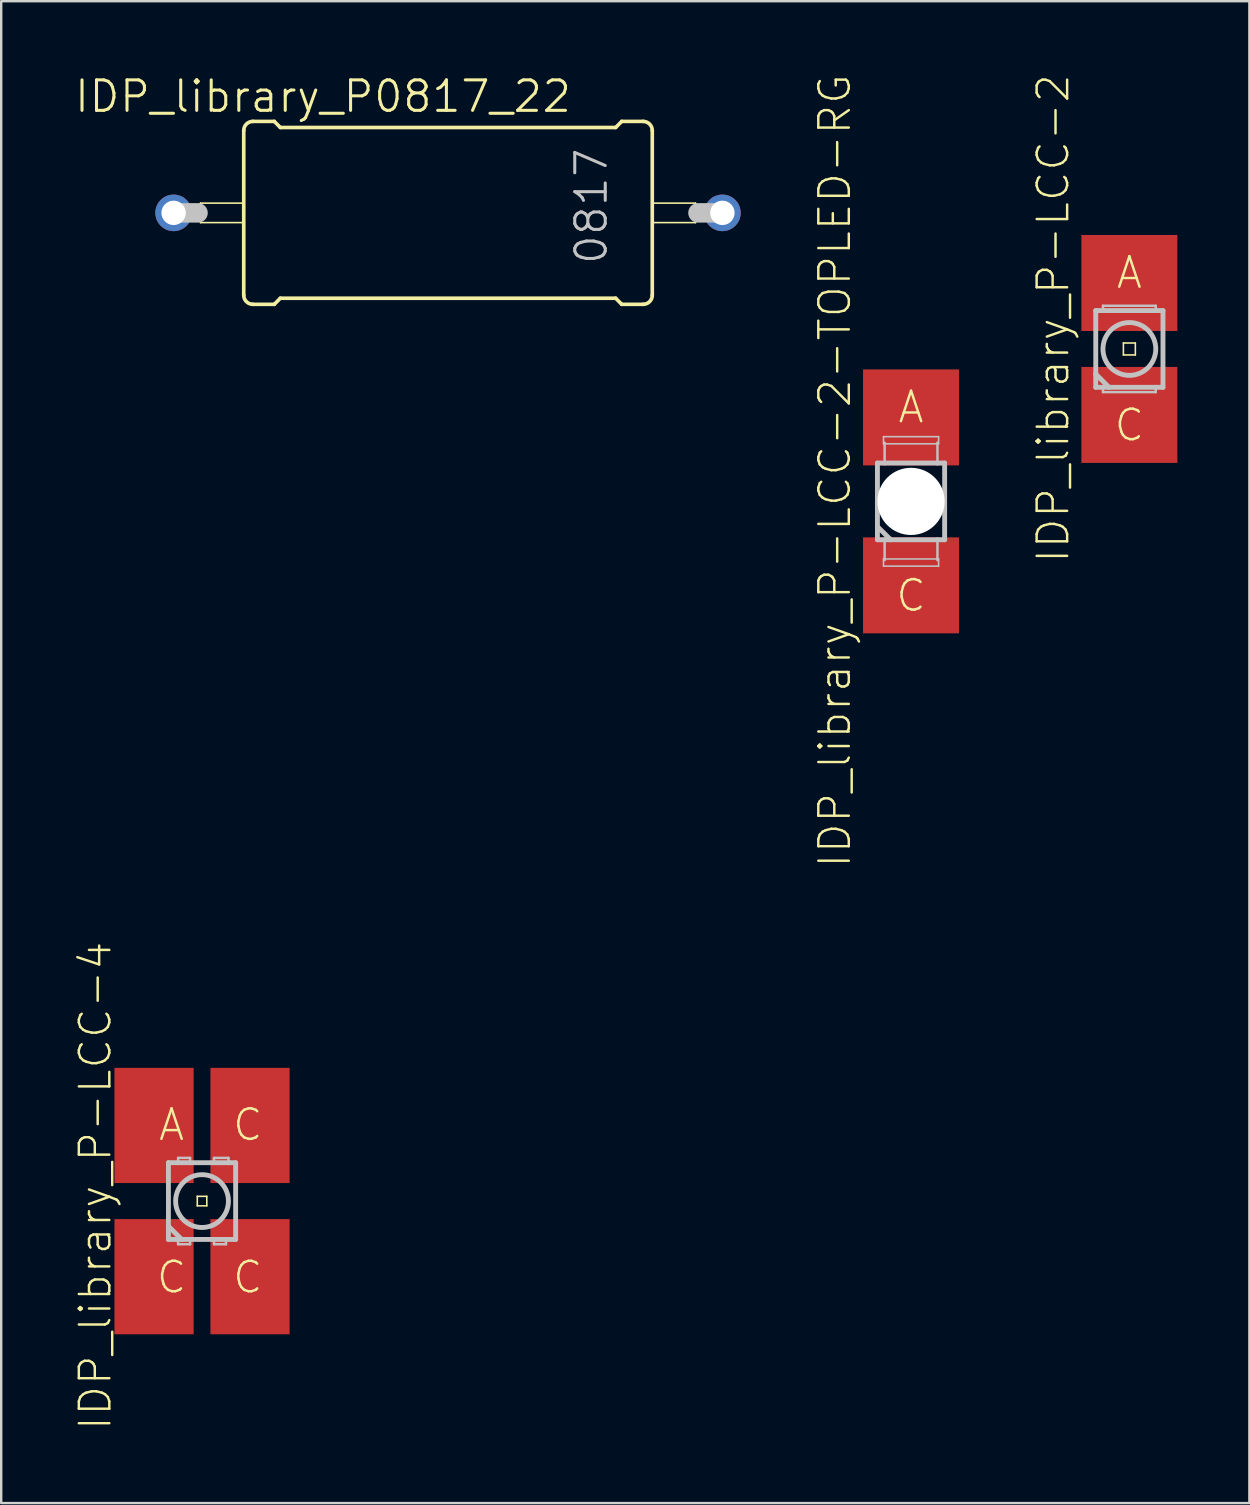
<source format=kicad_pcb>
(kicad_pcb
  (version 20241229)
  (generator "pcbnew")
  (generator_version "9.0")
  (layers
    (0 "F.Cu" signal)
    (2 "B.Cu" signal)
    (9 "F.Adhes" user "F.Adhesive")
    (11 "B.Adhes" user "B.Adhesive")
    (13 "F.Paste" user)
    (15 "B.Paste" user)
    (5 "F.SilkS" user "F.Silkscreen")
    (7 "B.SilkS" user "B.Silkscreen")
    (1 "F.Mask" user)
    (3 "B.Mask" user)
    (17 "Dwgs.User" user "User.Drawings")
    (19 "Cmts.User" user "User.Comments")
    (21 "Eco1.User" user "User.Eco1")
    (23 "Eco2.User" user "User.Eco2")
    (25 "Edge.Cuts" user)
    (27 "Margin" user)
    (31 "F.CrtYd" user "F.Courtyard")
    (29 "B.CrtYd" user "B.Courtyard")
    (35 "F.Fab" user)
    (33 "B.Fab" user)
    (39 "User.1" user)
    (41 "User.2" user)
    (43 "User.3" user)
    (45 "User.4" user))
  (footprint "IDP_library_P-LCC-2"
    (layer "F.Cu")
    (at 43.995 11.486)
    (property "Reference" "IDP_library_P-LCC-2" (at -3.175 -1.27 90) (layer "F.SilkS") (effects (font (size 1.27 1.27) (thickness 0.102))))
    (attr smd)
    (fp_line (start -1.4 -2.349) (end 1.4 -2.349) (stroke (width 0.066) (type solid)) (layer "F.Mask"))
    (fp_line (start -1.4 -0.648) (end -1.4 -2.349) (stroke (width 0.066) (type solid)) (layer "F.Mask"))
    (fp_line (start -1.4 -0.648) (end 1.4 -0.648) (stroke (width 0.066) (type solid)) (layer "F.Mask"))
    (fp_line (start -1.4 0.648) (end 1.4 0.648) (stroke (width 0.066) (type solid)) (layer "F.Mask"))
    (fp_line (start -1.4 2.349) (end -1.4 0.648) (stroke (width 0.066) (type solid)) (layer "F.Mask"))
    (fp_line (start -1.4 2.349) (end 1.4 2.349) (stroke (width 0.066) (type solid)) (layer "F.Mask"))
    (fp_line (start 1.4 -0.648) (end 1.4 -2.349) (stroke (width 0.066) (type solid)) (layer "F.Mask"))
    (fp_line (start 1.4 2.349) (end 1.4 0.648) (stroke (width 0.066) (type solid)) (layer "F.Mask"))
    (fp_line (start -0.249 -0.249) (end 0.249 -0.249) (stroke (width 0.066) (type solid)) (layer "F.SilkS"))
    (fp_line (start -0.249 0.249) (end -0.249 -0.249) (stroke (width 0.066) (type solid)) (layer "F.SilkS"))
    (fp_line (start -0.249 0.249) (end 0.249 0.249) (stroke (width 0.066) (type solid)) (layer "F.SilkS"))
    (fp_line (start 0.249 0.249) (end 0.249 -0.249) (stroke (width 0.066) (type solid)) (layer "F.SilkS"))
    (fp_line (start -1.298 -2.248) (end 1.298 -2.248) (stroke (width 0.066) (type solid)) (layer "F.Paste"))
    (fp_line (start -1.298 -0.749) (end -1.298 -2.248) (stroke (width 0.066) (type solid)) (layer "F.Paste"))
    (fp_line (start -1.298 -0.749) (end 1.298 -0.749) (stroke (width 0.066) (type solid)) (layer "F.Paste"))
    (fp_line (start -1.298 0.749) (end 1.298 0.749) (stroke (width 0.066) (type solid)) (layer "F.Paste"))
    (fp_line (start -1.298 2.248) (end -1.298 0.749) (stroke (width 0.066) (type solid)) (layer "F.Paste"))
    (fp_line (start -1.298 2.248) (end 1.298 2.248) (stroke (width 0.066) (type solid)) (layer "F.Paste"))
    (fp_line (start 1.298 -0.749) (end 1.298 -2.248) (stroke (width 0.066) (type solid)) (layer "F.Paste"))
    (fp_line (start 1.298 2.248) (end 1.298 0.749) (stroke (width 0.066) (type solid)) (layer "F.Paste"))
    (fp_line (start -1.4 -1.598) (end -1.4 1.049) (stroke (width 0.203) (type solid)) (layer "Dwgs.User"))
    (fp_line (start -1.4 1.049) (end -1.4 1.598) (stroke (width 0.203) (type solid)) (layer "Dwgs.User"))
    (fp_line (start -1.4 1.598) (end -1.1 1.598) (stroke (width 0.203) (type solid)) (layer "Dwgs.User"))
    (fp_line (start -1.1 -1.798) (end 1.1 -1.798) (stroke (width 0.102) (type solid)) (layer "Dwgs.User"))
    (fp_line (start -1.1 -1.598) (end -1.4 -1.598) (stroke (width 0.203) (type solid)) (layer "Dwgs.User"))
    (fp_line (start -1.1 -1.598) (end -1.1 -1.798) (stroke (width 0.102) (type solid)) (layer "Dwgs.User"))
    (fp_line (start -1.1 1.598) (end -1.1 1.798) (stroke (width 0.102) (type solid)) (layer "Dwgs.User"))
    (fp_line (start -1.1 1.598) (end -0.848 1.598) (stroke (width 0.203) (type solid)) (layer "Dwgs.User"))
    (fp_line (start -1.1 1.798) (end 1.1 1.798) (stroke (width 0.102) (type solid)) (layer "Dwgs.User"))
    (fp_line (start -0.848 1.598) (end -1.4 1.049) (stroke (width 0.203) (type solid)) (layer "Dwgs.User"))
    (fp_line (start -0.848 1.598) (end 1.1 1.598) (stroke (width 0.203) (type solid)) (layer "Dwgs.User"))
    (fp_line (start 1.1 -1.798) (end 1.1 -1.598) (stroke (width 0.102) (type solid)) (layer "Dwgs.User"))
    (fp_line (start 1.1 -1.598) (end -1.1 -1.598) (stroke (width 0.203) (type solid)) (layer "Dwgs.User"))
    (fp_line (start 1.1 1.598) (end 1.4 1.598) (stroke (width 0.203) (type solid)) (layer "Dwgs.User"))
    (fp_line (start 1.1 1.798) (end 1.1 1.598) (stroke (width 0.102) (type solid)) (layer "Dwgs.User"))
    (fp_line (start 1.4 -1.598) (end 1.1 -1.598) (stroke (width 0.203) (type solid)) (layer "Dwgs.User"))
    (fp_line (start 1.4 1.598) (end 1.4 -1.598) (stroke (width 0.203) (type solid)) (layer "Dwgs.User"))
    (fp_circle (center 0 0) (end 0 -1.1) (stroke (width 0.203) (type solid)) (fill no) (layer "Dwgs.User"))
    (fp_text user "A" (at 0 -3.175 0) (layer "F.SilkS") (effects (font (size 1.27 1.27) (thickness 0.102))))
    (fp_text user "C" (at 0 3.175 0) (layer "F.SilkS") (effects (font (size 1.27 1.27) (thickness 0.102))))
    (pad "A" smd rect (at 0 -2.748) (size 3.998 3.998) (layers "F.Cu" "F.Mask" "F.Paste"))
    (pad "C" smd rect (at 0 2.748) (size 3.998 3.998) (layers "F.Cu" "F.Mask" "F.Paste")))
  (footprint "IDP_library_P-LCC-2-TOPLED-RG"
    (layer "F.Cu")
    (at 34.9 17.836)
    (property "Reference" "IDP_library_P-LCC-2-TOPLED-RG" (at -3.175 -1.27 90) (layer "F.SilkS") (effects (font (size 1.27 1.27) (thickness 0.102))))
    (attr smd)
    (fp_line (start -1.499 -3.198) (end 1.499 -3.198) (stroke (width 0.066) (type solid)) (layer "F.Mask"))
    (fp_line (start -1.499 -1.499) (end -1.499 -3.198) (stroke (width 0.066) (type solid)) (layer "F.Mask"))
    (fp_line (start -1.499 -1.499) (end 1.499 -1.499) (stroke (width 0.066) (type solid)) (layer "F.Mask"))
    (fp_line (start -1.499 1.499) (end 1.499 1.499) (stroke (width 0.066) (type solid)) (layer "F.Mask"))
    (fp_line (start -1.499 3.198) (end -1.499 1.499) (stroke (width 0.066) (type solid)) (layer "F.Mask"))
    (fp_line (start -1.499 3.198) (end 1.499 3.198) (stroke (width 0.066) (type solid)) (layer "F.Mask"))
    (fp_line (start 1.499 -1.499) (end 1.499 -3.198) (stroke (width 0.066) (type solid)) (layer "F.Mask"))
    (fp_line (start 1.499 3.198) (end 1.499 1.499) (stroke (width 0.066) (type solid)) (layer "F.Mask"))
    (fp_line (start -0.249 -0.249) (end 0.249 -0.249) (stroke (width 0.066) (type solid)) (layer "F.SilkS"))
    (fp_line (start -0.249 0.249) (end -0.249 -0.249) (stroke (width 0.066) (type solid)) (layer "F.SilkS"))
    (fp_line (start -0.249 0.249) (end 0.249 0.249) (stroke (width 0.066) (type solid)) (layer "F.SilkS"))
    (fp_line (start 0.249 0.249) (end 0.249 -0.249) (stroke (width 0.066) (type solid)) (layer "F.SilkS"))
    (fp_circle (center 0 0) (end 0 -1.1) (stroke (width 0.203) (type solid)) (fill no) (layer "F.SilkS"))
    (fp_line (start -1.298 -3) (end 1.298 -3) (stroke (width 0.066) (type solid)) (layer "F.Paste"))
    (fp_line (start -1.298 -1.499) (end -1.298 -3) (stroke (width 0.066) (type solid)) (layer "F.Paste"))
    (fp_line (start -1.298 -1.499) (end 1.298 -1.499) (stroke (width 0.066) (type solid)) (layer "F.Paste"))
    (fp_line (start -1.298 1.499) (end 1.298 1.499) (stroke (width 0.066) (type solid)) (layer "F.Paste"))
    (fp_line (start -1.298 3) (end -1.298 1.499) (stroke (width 0.066) (type solid)) (layer "F.Paste"))
    (fp_line (start -1.298 3) (end 1.298 3) (stroke (width 0.066) (type solid)) (layer "F.Paste"))
    (fp_line (start 1.298 -1.499) (end 1.298 -3) (stroke (width 0.066) (type solid)) (layer "F.Paste"))
    (fp_line (start 1.298 3) (end 1.298 1.499) (stroke (width 0.066) (type solid)) (layer "F.Paste"))
    (fp_line (start -1.4 -1.598) (end -1.4 1.049) (stroke (width 0.203) (type solid)) (layer "Dwgs.User"))
    (fp_line (start -1.4 1.049) (end -1.4 1.598) (stroke (width 0.203) (type solid)) (layer "Dwgs.User"))
    (fp_line (start -1.4 1.598) (end -1.1 1.598) (stroke (width 0.203) (type solid)) (layer "Dwgs.User"))
    (fp_line (start -1.148 -2.697) (end 1.148 -2.697) (stroke (width 0.066) (type solid)) (layer "Dwgs.User"))
    (fp_line (start -1.148 -2.398) (end -1.148 -2.697) (stroke (width 0.066) (type solid)) (layer "Dwgs.User"))
    (fp_line (start -1.148 -2.398) (end 1.148 -2.398) (stroke (width 0.066) (type solid)) (layer "Dwgs.User"))
    (fp_line (start -1.148 2.398) (end 1.148 2.398) (stroke (width 0.066) (type solid)) (layer "Dwgs.User"))
    (fp_line (start -1.148 2.697) (end -1.148 2.398) (stroke (width 0.066) (type solid)) (layer "Dwgs.User"))
    (fp_line (start -1.148 2.697) (end 1.148 2.697) (stroke (width 0.066) (type solid)) (layer "Dwgs.User"))
    (fp_line (start -1.1 -1.598) (end -1.4 -1.598) (stroke (width 0.203) (type solid)) (layer "Dwgs.User"))
    (fp_line (start -1.1 -1.598) (end -1.1 -2.449) (stroke (width 0.102) (type solid)) (layer "Dwgs.User"))
    (fp_line (start -1.1 1.598) (end -1.1 2.449) (stroke (width 0.102) (type solid)) (layer "Dwgs.User"))
    (fp_line (start -1.1 1.598) (end -0.848 1.598) (stroke (width 0.203) (type solid)) (layer "Dwgs.User"))
    (fp_line (start -0.848 1.598) (end -1.4 1.049) (stroke (width 0.203) (type solid)) (layer "Dwgs.User"))
    (fp_line (start -0.848 1.598) (end 1.1 1.598) (stroke (width 0.203) (type solid)) (layer "Dwgs.User"))
    (fp_line (start 1.1 -2.449) (end 1.1 -1.598) (stroke (width 0.102) (type solid)) (layer "Dwgs.User"))
    (fp_line (start 1.1 -1.598) (end -1.1 -1.598) (stroke (width 0.203) (type solid)) (layer "Dwgs.User"))
    (fp_line (start 1.1 1.598) (end 1.4 1.598) (stroke (width 0.203) (type solid)) (layer "Dwgs.User"))
    (fp_line (start 1.1 2.449) (end 1.1 1.598) (stroke (width 0.102) (type solid)) (layer "Dwgs.User"))
    (fp_line (start 1.148 -2.398) (end 1.148 -2.697) (stroke (width 0.066) (type solid)) (layer "Dwgs.User"))
    (fp_line (start 1.148 2.697) (end 1.148 2.398) (stroke (width 0.066) (type solid)) (layer "Dwgs.User"))
    (fp_line (start 1.4 -1.598) (end 1.1 -1.598) (stroke (width 0.203) (type solid)) (layer "Dwgs.User"))
    (fp_line (start 1.4 1.598) (end 1.4 -1.598) (stroke (width 0.203) (type solid)) (layer "Dwgs.User"))
    (fp_text user "C" (at 0 3.924 0) (layer "F.SilkS") (effects (font (size 1.27 1.27) (thickness 0.102))))
    (fp_text user "A" (at 0 -3.924 0) (layer "F.SilkS") (effects (font (size 1.27 1.27) (thickness 0.102))))
    (pad "" np_thru_hole circle (at 0 0) (size 2.799 2.799) (drill 2.799) (layers "*.Cu" "*.Mask"))
    (pad "A" smd rect (at 0 -3.498) (size 3.998 3.998) (layers "F.Cu" "F.Mask" "F.Paste"))
    (pad "C" smd rect (at 0 3.498) (size 3.998 3.998) (layers "F.Cu" "F.Mask" "F.Paste")))
  (footprint "IDP_library_P0817_22"
    (layer "F.Cu")
    (at 15.612 5.817)
    (property "Reference" "IDP_library_P0817_22" (at -5.207 -4.851 0) (layer "F.SilkS") (effects (font (size 1.27 1.27) (thickness 0.127))))
    (attr exclude_from_pos_files exclude_from_bom)
    (fp_line (start -10.312 -0.406) (end -8.509 -0.406) (stroke (width 0.066) (type solid)) (layer "F.SilkS"))
    (fp_line (start -10.312 0.406) (end -10.312 -0.406) (stroke (width 0.066) (type solid)) (layer "F.SilkS"))
    (fp_line (start -10.312 0.406) (end -8.509 0.406) (stroke (width 0.066) (type solid)) (layer "F.SilkS"))
    (fp_line (start -8.509 0.406) (end -8.509 -0.406) (stroke (width 0.066) (type solid)) (layer "F.SilkS"))
    (fp_line (start -8.509 3.429) (end -8.509 -3.429) (stroke (width 0.152) (type solid)) (layer "F.SilkS"))
    (fp_line (start -8.128 -3.81) (end -7.236 -3.81) (stroke (width 0.152) (type solid)) (layer "F.SilkS"))
    (fp_line (start -8.128 3.81) (end -7.236 3.81) (stroke (width 0.152) (type solid)) (layer "F.SilkS"))
    (fp_line (start -6.985 -3.556) (end -7.236 -3.81) (stroke (width 0.152) (type solid)) (layer "F.SilkS"))
    (fp_line (start -6.985 3.556) (end -7.236 3.81) (stroke (width 0.152) (type solid)) (layer "F.SilkS"))
    (fp_line (start 6.985 -3.556) (end -6.985 -3.556) (stroke (width 0.152) (type solid)) (layer "F.SilkS"))
    (fp_line (start 6.985 -3.556) (end 7.236 -3.81) (stroke (width 0.152) (type solid)) (layer "F.SilkS"))
    (fp_line (start 6.985 3.556) (end -6.985 3.556) (stroke (width 0.152) (type solid)) (layer "F.SilkS"))
    (fp_line (start 6.985 3.556) (end 7.236 3.81) (stroke (width 0.152) (type solid)) (layer "F.SilkS"))
    (fp_line (start 8.128 -3.81) (end 7.236 -3.81) (stroke (width 0.152) (type solid)) (layer "F.SilkS"))
    (fp_line (start 8.128 3.81) (end 7.236 3.81) (stroke (width 0.152) (type solid)) (layer "F.SilkS"))
    (fp_line (start 8.509 -0.406) (end 10.312 -0.406) (stroke (width 0.066) (type solid)) (layer "F.SilkS"))
    (fp_line (start 8.509 0.406) (end 8.509 -0.406) (stroke (width 0.066) (type solid)) (layer "F.SilkS"))
    (fp_line (start 8.509 0.406) (end 10.312 0.406) (stroke (width 0.066) (type solid)) (layer "F.SilkS"))
    (fp_line (start 8.509 3.429) (end 8.509 -3.429) (stroke (width 0.152) (type solid)) (layer "F.SilkS"))
    (fp_line (start 10.312 0.406) (end 10.312 -0.406) (stroke (width 0.066) (type solid)) (layer "F.SilkS"))
    (fp_arc (start -8.509 -3.429) (mid -8.397408 -3.698408) (end -8.128 -3.81) (stroke (width 0.1524) (type solid)) (layer "F.SilkS"))
    (fp_arc (start -8.128 3.81) (mid -8.397408 3.698408) (end -8.509 3.429) (stroke (width 0.1524) (type solid)) (layer "F.SilkS"))
    (fp_arc (start 8.128 -3.81) (mid 8.397408 -3.698408) (end 8.509 -3.429) (stroke (width 0.1524) (type solid)) (layer "F.SilkS"))
    (fp_arc (start 8.509 3.429) (mid 8.397408 3.698408) (end 8.128 3.81) (stroke (width 0.1524) (type solid)) (layer "F.SilkS"))
    (fp_line (start -10.414 0) (end -11.43 0) (stroke (width 0.813) (type solid)) (layer "Dwgs.User"))
    (fp_line (start 11.43 0) (end 10.414 0) (stroke (width 0.813) (type solid)) (layer "Dwgs.User"))
    (fp_text user "0817" (at 5.969 -0.279 90) (layer "Dwgs.User") (effects (font (size 1.27 1.27) (thickness 0.127))))
    (pad "1" thru_hole circle (at -11.43 0) (size 1.524 1.524) (drill 1.016) (layers "*.Cu" "*.Paste" "*.Mask"))
    (pad "2" thru_hole circle (at 11.43 0) (size 1.524 1.524) (drill 1.016) (layers "*.Cu" "*.Paste" "*.Mask")))
  (footprint "IDP_library_P-LCC-4"
    (layer "F.Cu")
    (at 5.366 46.982)
    (property "Reference" "IDP_library_P-LCC-4" (at -4.445 -0.635 90) (layer "F.SilkS") (effects (font (size 1.27 1.27) (thickness 0.102))))
    (attr smd)
    (fp_line (start -1.148 -1.849) (end -0.348 -1.849) (stroke (width 0.066) (type solid)) (layer "F.Mask"))
    (fp_line (start -1.148 -0.749) (end -1.148 -1.849) (stroke (width 0.066) (type solid)) (layer "F.Mask"))
    (fp_line (start -1.148 -0.749) (end -0.348 -0.749) (stroke (width 0.066) (type solid)) (layer "F.Mask"))
    (fp_line (start -1.148 0.749) (end -0.348 0.749) (stroke (width 0.066) (type solid)) (layer "F.Mask"))
    (fp_line (start -1.148 1.849) (end -1.148 0.749) (stroke (width 0.066) (type solid)) (layer "F.Mask"))
    (fp_line (start -1.148 1.849) (end -0.348 1.849) (stroke (width 0.066) (type solid)) (layer "F.Mask"))
    (fp_line (start -0.348 -0.749) (end -0.348 -1.849) (stroke (width 0.066) (type solid)) (layer "F.Mask"))
    (fp_line (start -0.348 1.849) (end -0.348 0.749) (stroke (width 0.066) (type solid)) (layer "F.Mask"))
    (fp_line (start 0.348 -1.849) (end 1.148 -1.849) (stroke (width 0.066) (type solid)) (layer "F.Mask"))
    (fp_line (start 0.348 -0.749) (end 0.348 -1.849) (stroke (width 0.066) (type solid)) (layer "F.Mask"))
    (fp_line (start 0.348 -0.749) (end 1.148 -0.749) (stroke (width 0.066) (type solid)) (layer "F.Mask"))
    (fp_line (start 0.348 0.749) (end 1.148 0.749) (stroke (width 0.066) (type solid)) (layer "F.Mask"))
    (fp_line (start 0.348 1.849) (end 0.348 0.749) (stroke (width 0.066) (type solid)) (layer "F.Mask"))
    (fp_line (start 0.348 1.849) (end 1.148 1.849) (stroke (width 0.066) (type solid)) (layer "F.Mask"))
    (fp_line (start 1.148 -0.749) (end 1.148 -1.849) (stroke (width 0.066) (type solid)) (layer "F.Mask"))
    (fp_line (start 1.148 1.849) (end 1.148 0.749) (stroke (width 0.066) (type solid)) (layer "F.Mask"))
    (fp_line (start -0.198 -0.198) (end 0.198 -0.198) (stroke (width 0.066) (type solid)) (layer "F.SilkS"))
    (fp_line (start -0.198 0.198) (end -0.198 -0.198) (stroke (width 0.066) (type solid)) (layer "F.SilkS"))
    (fp_line (start -0.198 0.198) (end 0.198 0.198) (stroke (width 0.066) (type solid)) (layer "F.SilkS"))
    (fp_line (start 0.198 0.198) (end 0.198 -0.198) (stroke (width 0.066) (type solid)) (layer "F.SilkS"))
    (fp_line (start -1.1 -1.798) (end -0.399 -1.798) (stroke (width 0.066) (type solid)) (layer "F.Paste"))
    (fp_line (start -1.1 -0.798) (end -1.1 -1.798) (stroke (width 0.066) (type solid)) (layer "F.Paste"))
    (fp_line (start -1.1 -0.798) (end -0.399 -0.798) (stroke (width 0.066) (type solid)) (layer "F.Paste"))
    (fp_line (start -1.1 0.798) (end -0.399 0.798) (stroke (width 0.066) (type solid)) (layer "F.Paste"))
    (fp_line (start -1.1 1.798) (end -1.1 0.798) (stroke (width 0.066) (type solid)) (layer "F.Paste"))
    (fp_line (start -1.1 1.798) (end -0.399 1.798) (stroke (width 0.066) (type solid)) (layer "F.Paste"))
    (fp_line (start -0.399 -0.798) (end -0.399 -1.798) (stroke (width 0.066) (type solid)) (layer "F.Paste"))
    (fp_line (start -0.399 1.798) (end -0.399 0.798) (stroke (width 0.066) (type solid)) (layer "F.Paste"))
    (fp_line (start 0.399 -1.798) (end 1.1 -1.798) (stroke (width 0.066) (type solid)) (layer "F.Paste"))
    (fp_line (start 0.399 -0.798) (end 0.399 -1.798) (stroke (width 0.066) (type solid)) (layer "F.Paste"))
    (fp_line (start 0.399 -0.798) (end 1.1 -0.798) (stroke (width 0.066) (type solid)) (layer "F.Paste"))
    (fp_line (start 0.399 0.798) (end 1.1 0.798) (stroke (width 0.066) (type solid)) (layer "F.Paste"))
    (fp_line (start 0.399 1.798) (end 0.399 0.798) (stroke (width 0.066) (type solid)) (layer "F.Paste"))
    (fp_line (start 0.399 1.798) (end 1.1 1.798) (stroke (width 0.066) (type solid)) (layer "F.Paste"))
    (fp_line (start 1.1 -0.798) (end 1.1 -1.798) (stroke (width 0.066) (type solid)) (layer "F.Paste"))
    (fp_line (start 1.1 1.798) (end 1.1 0.798) (stroke (width 0.066) (type solid)) (layer "F.Paste"))
    (fp_line (start -1.4 -1.598) (end -1.4 1.049) (stroke (width 0.203) (type solid)) (layer "Dwgs.User"))
    (fp_line (start -1.4 1.049) (end -1.4 1.598) (stroke (width 0.203) (type solid)) (layer "Dwgs.User"))
    (fp_line (start -1.4 1.598) (end -0.998 1.598) (stroke (width 0.203) (type solid)) (layer "Dwgs.User"))
    (fp_line (start -0.998 -1.798) (end -0.498 -1.798) (stroke (width 0.102) (type solid)) (layer "Dwgs.User"))
    (fp_line (start -0.998 -1.598) (end -1.4 -1.598) (stroke (width 0.203) (type solid)) (layer "Dwgs.User"))
    (fp_line (start -0.998 -1.598) (end -0.998 -1.798) (stroke (width 0.102) (type solid)) (layer "Dwgs.User"))
    (fp_line (start -0.998 1.598) (end -0.998 1.798) (stroke (width 0.102) (type solid)) (layer "Dwgs.User"))
    (fp_line (start -0.998 1.598) (end -0.848 1.598) (stroke (width 0.203) (type solid)) (layer "Dwgs.User"))
    (fp_line (start -0.998 1.798) (end -0.498 1.798) (stroke (width 0.102) (type solid)) (layer "Dwgs.User"))
    (fp_line (start -0.848 1.598) (end -1.4 1.049) (stroke (width 0.203) (type solid)) (layer "Dwgs.User"))
    (fp_line (start -0.848 1.598) (end 0.998 1.598) (stroke (width 0.203) (type solid)) (layer "Dwgs.User"))
    (fp_line (start -0.498 -1.798) (end -0.498 -1.648) (stroke (width 0.102) (type solid)) (layer "Dwgs.User"))
    (fp_line (start -0.498 1.798) (end -0.498 1.648) (stroke (width 0.102) (type solid)) (layer "Dwgs.User"))
    (fp_line (start 0.498 -1.798) (end 1.1 -1.798) (stroke (width 0.102) (type solid)) (layer "Dwgs.User"))
    (fp_line (start 0.498 -1.648) (end 0.498 -1.798) (stroke (width 0.102) (type solid)) (layer "Dwgs.User"))
    (fp_line (start 0.498 1.648) (end 0.498 1.798) (stroke (width 0.102) (type solid)) (layer "Dwgs.User"))
    (fp_line (start 0.498 1.798) (end 0.998 1.798) (stroke (width 0.102) (type solid)) (layer "Dwgs.User"))
    (fp_line (start 0.998 1.598) (end 1.4 1.598) (stroke (width 0.203) (type solid)) (layer "Dwgs.User"))
    (fp_line (start 0.998 1.798) (end 0.998 1.598) (stroke (width 0.102) (type solid)) (layer "Dwgs.User"))
    (fp_line (start 1.1 -1.798) (end 1.1 -1.598) (stroke (width 0.102) (type solid)) (layer "Dwgs.User"))
    (fp_line (start 1.1 -1.598) (end -0.998 -1.598) (stroke (width 0.203) (type solid)) (layer "Dwgs.User"))
    (fp_line (start 1.4 -1.598) (end 1.1 -1.598) (stroke (width 0.203) (type solid)) (layer "Dwgs.User"))
    (fp_line (start 1.4 1.598) (end 1.4 -1.598) (stroke (width 0.203) (type solid)) (layer "Dwgs.User"))
    (fp_circle (center 0 0) (end 0 -1.1) (stroke (width 0.203) (type solid)) (fill no) (layer "Dwgs.User"))
    (fp_text user "C" (at -1.27 3.175 0) (layer "F.SilkS") (effects (font (size 1.27 1.27) (thickness 0.102))))
    (fp_text user "A" (at -1.27 -3.175 0) (layer "F.SilkS") (effects (font (size 1.27 1.27) (thickness 0.102))))
    (fp_text user "C" (at 1.905 -3.175 0) (layer "F.SilkS") (effects (font (size 1.27 1.27) (thickness 0.102))))
    (fp_text user "C" (at 1.905 3.175 0) (layer "F.SilkS") (effects (font (size 1.27 1.27) (thickness 0.102))))
    (pad "A" smd rect (at -1.999 -3.15) (size 3.299 4.798) (layers "F.Cu" "F.Mask" "F.Paste"))
    (pad "C@1" smd rect (at -1.999 3.15) (size 3.299 4.798) (layers "F.Cu" "F.Mask" "F.Paste"))
    (pad "C@3" smd rect (at 1.999 -3.15) (size 3.299 4.798) (layers "F.Cu" "F.Mask" "F.Paste"))
    (pad "C@4" smd rect (at 1.999 3.15) (size 3.299 4.798) (layers "F.Cu" "F.Mask" "F.Paste")))
  (gr_rect
    (start -3 -3)
    (end 48.994 59.563)
    (stroke (width 0.1) (type default))
    (fill no)
    (layer "Edge.Cuts")))
</source>
